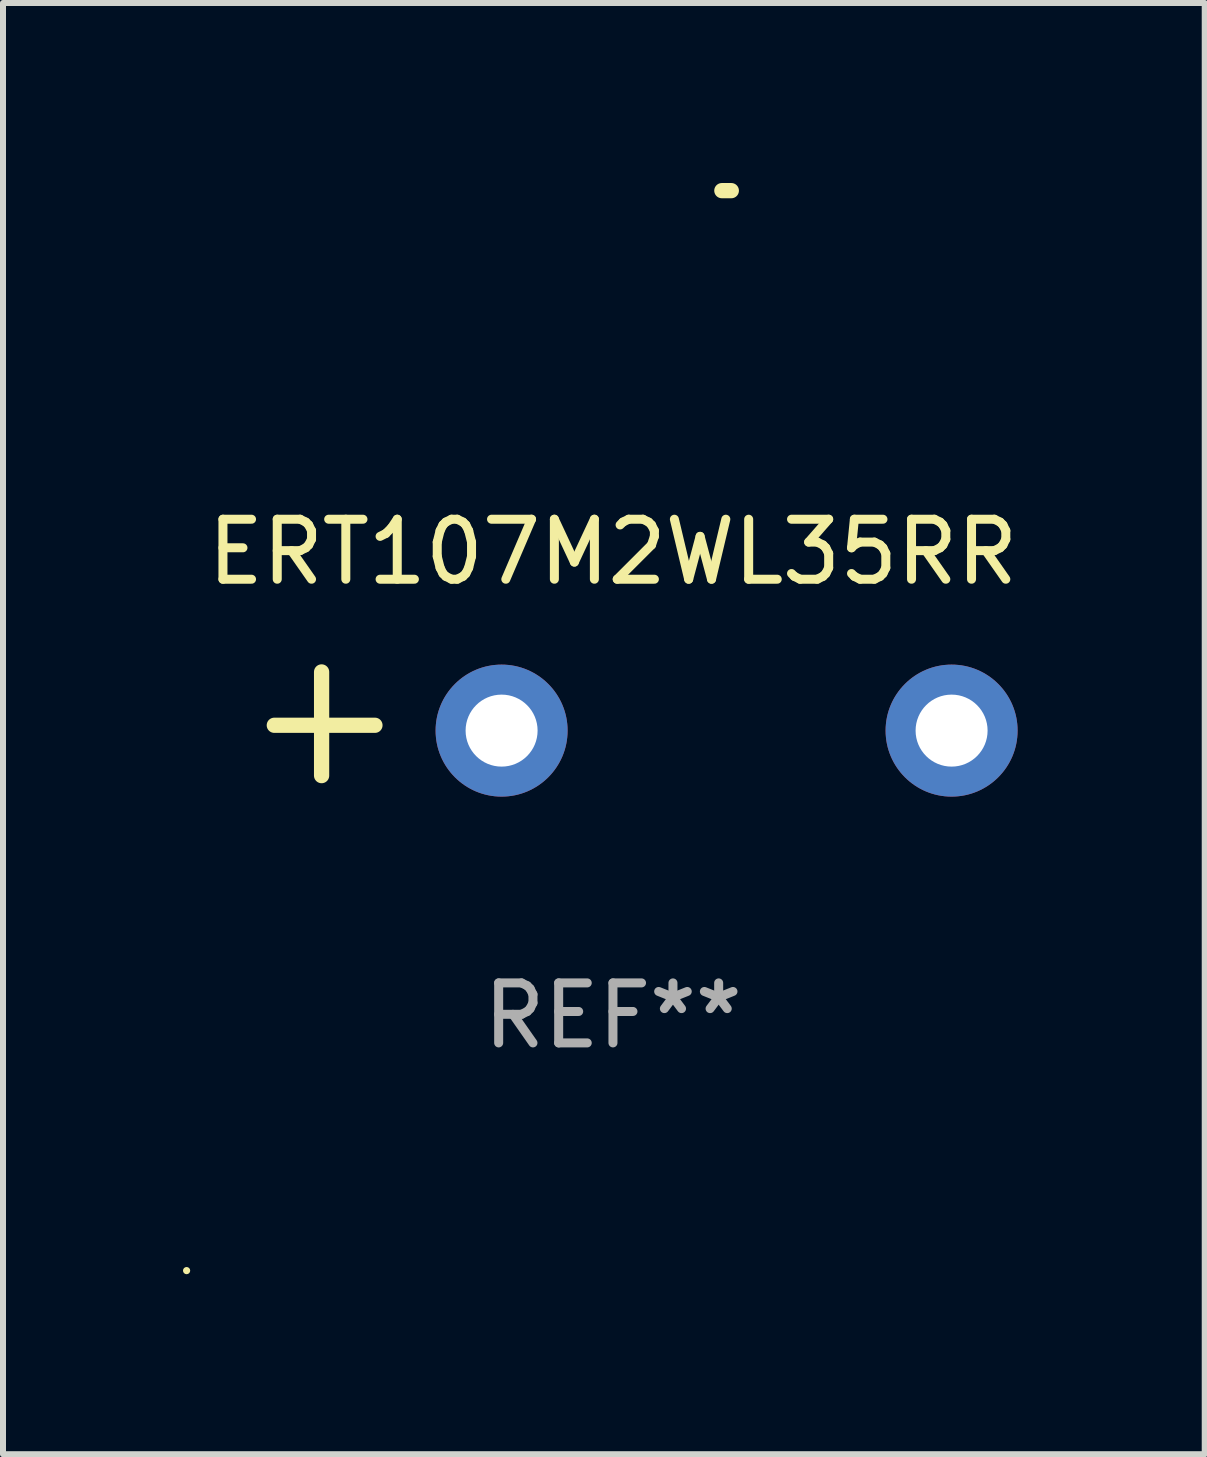
<source format=kicad_pcb>
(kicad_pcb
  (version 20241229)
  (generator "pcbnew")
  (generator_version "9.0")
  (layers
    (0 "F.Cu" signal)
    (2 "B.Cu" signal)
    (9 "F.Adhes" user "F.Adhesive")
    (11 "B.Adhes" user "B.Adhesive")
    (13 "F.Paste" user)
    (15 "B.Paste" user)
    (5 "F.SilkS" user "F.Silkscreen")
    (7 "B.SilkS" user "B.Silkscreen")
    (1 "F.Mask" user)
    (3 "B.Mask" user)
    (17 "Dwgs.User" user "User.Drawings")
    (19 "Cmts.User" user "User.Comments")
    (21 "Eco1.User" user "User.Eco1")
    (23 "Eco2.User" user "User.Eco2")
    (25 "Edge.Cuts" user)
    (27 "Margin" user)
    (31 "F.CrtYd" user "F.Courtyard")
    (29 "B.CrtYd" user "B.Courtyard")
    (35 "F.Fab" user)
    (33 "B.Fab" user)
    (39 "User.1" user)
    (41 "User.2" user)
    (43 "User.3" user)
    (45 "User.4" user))
  (footprint "ERT107M2WL35RR"
    (layer "F.Cu")
    (at 7.166 9.013)
    (property "Reference" "ERT107M2WL35RR" (at 0 -2.864 0) (layer "F.SilkS") (effects (font (size 1 1) (thickness 0.15))))
    (attr through_hole)
    (fp_line (start -4.856 0.864) (end -4.856 -0.864) (stroke (width 0.254) (type solid)) (layer "F.SilkS"))
    (fp_line (start -3.967 0.025) (end -5.644 0.025) (stroke (width 0.254) (type solid)) (layer "F.SilkS"))
    (fp_arc (start 1.815024 -8.885649) (mid 1.893764 -8.88599) (end 1.972504 -8.885649) (stroke (width 0.254001) (type solid)) (layer "F.SilkS"))
    (fp_circle (center -7.106 9.114) (end -7.076 9.114) (stroke (width 0.06) (type solid)) (fill no) (layer "F.SilkS"))
    (fp_text user "REF**" (at 0 4.864 0) (layer "F.Fab") (effects (font (size 1 1) (thickness 0.15))))
    (pad "1" thru_hole circle (at -1.856 0.114) (size 2.2 2.2) (drill 1.2) (layers "*.Cu" "*.Mask"))
    (pad "2" thru_hole circle (at 5.644 0.114) (size 2.2 2.2) (drill 1.2) (layers "*.Cu" "*.Mask")))
  (gr_rect
    (start -3 -3)
    (end 17.029 21.187)
    (stroke (width 0.1) (type default))
    (fill no)
    (layer "Edge.Cuts")))
</source>
